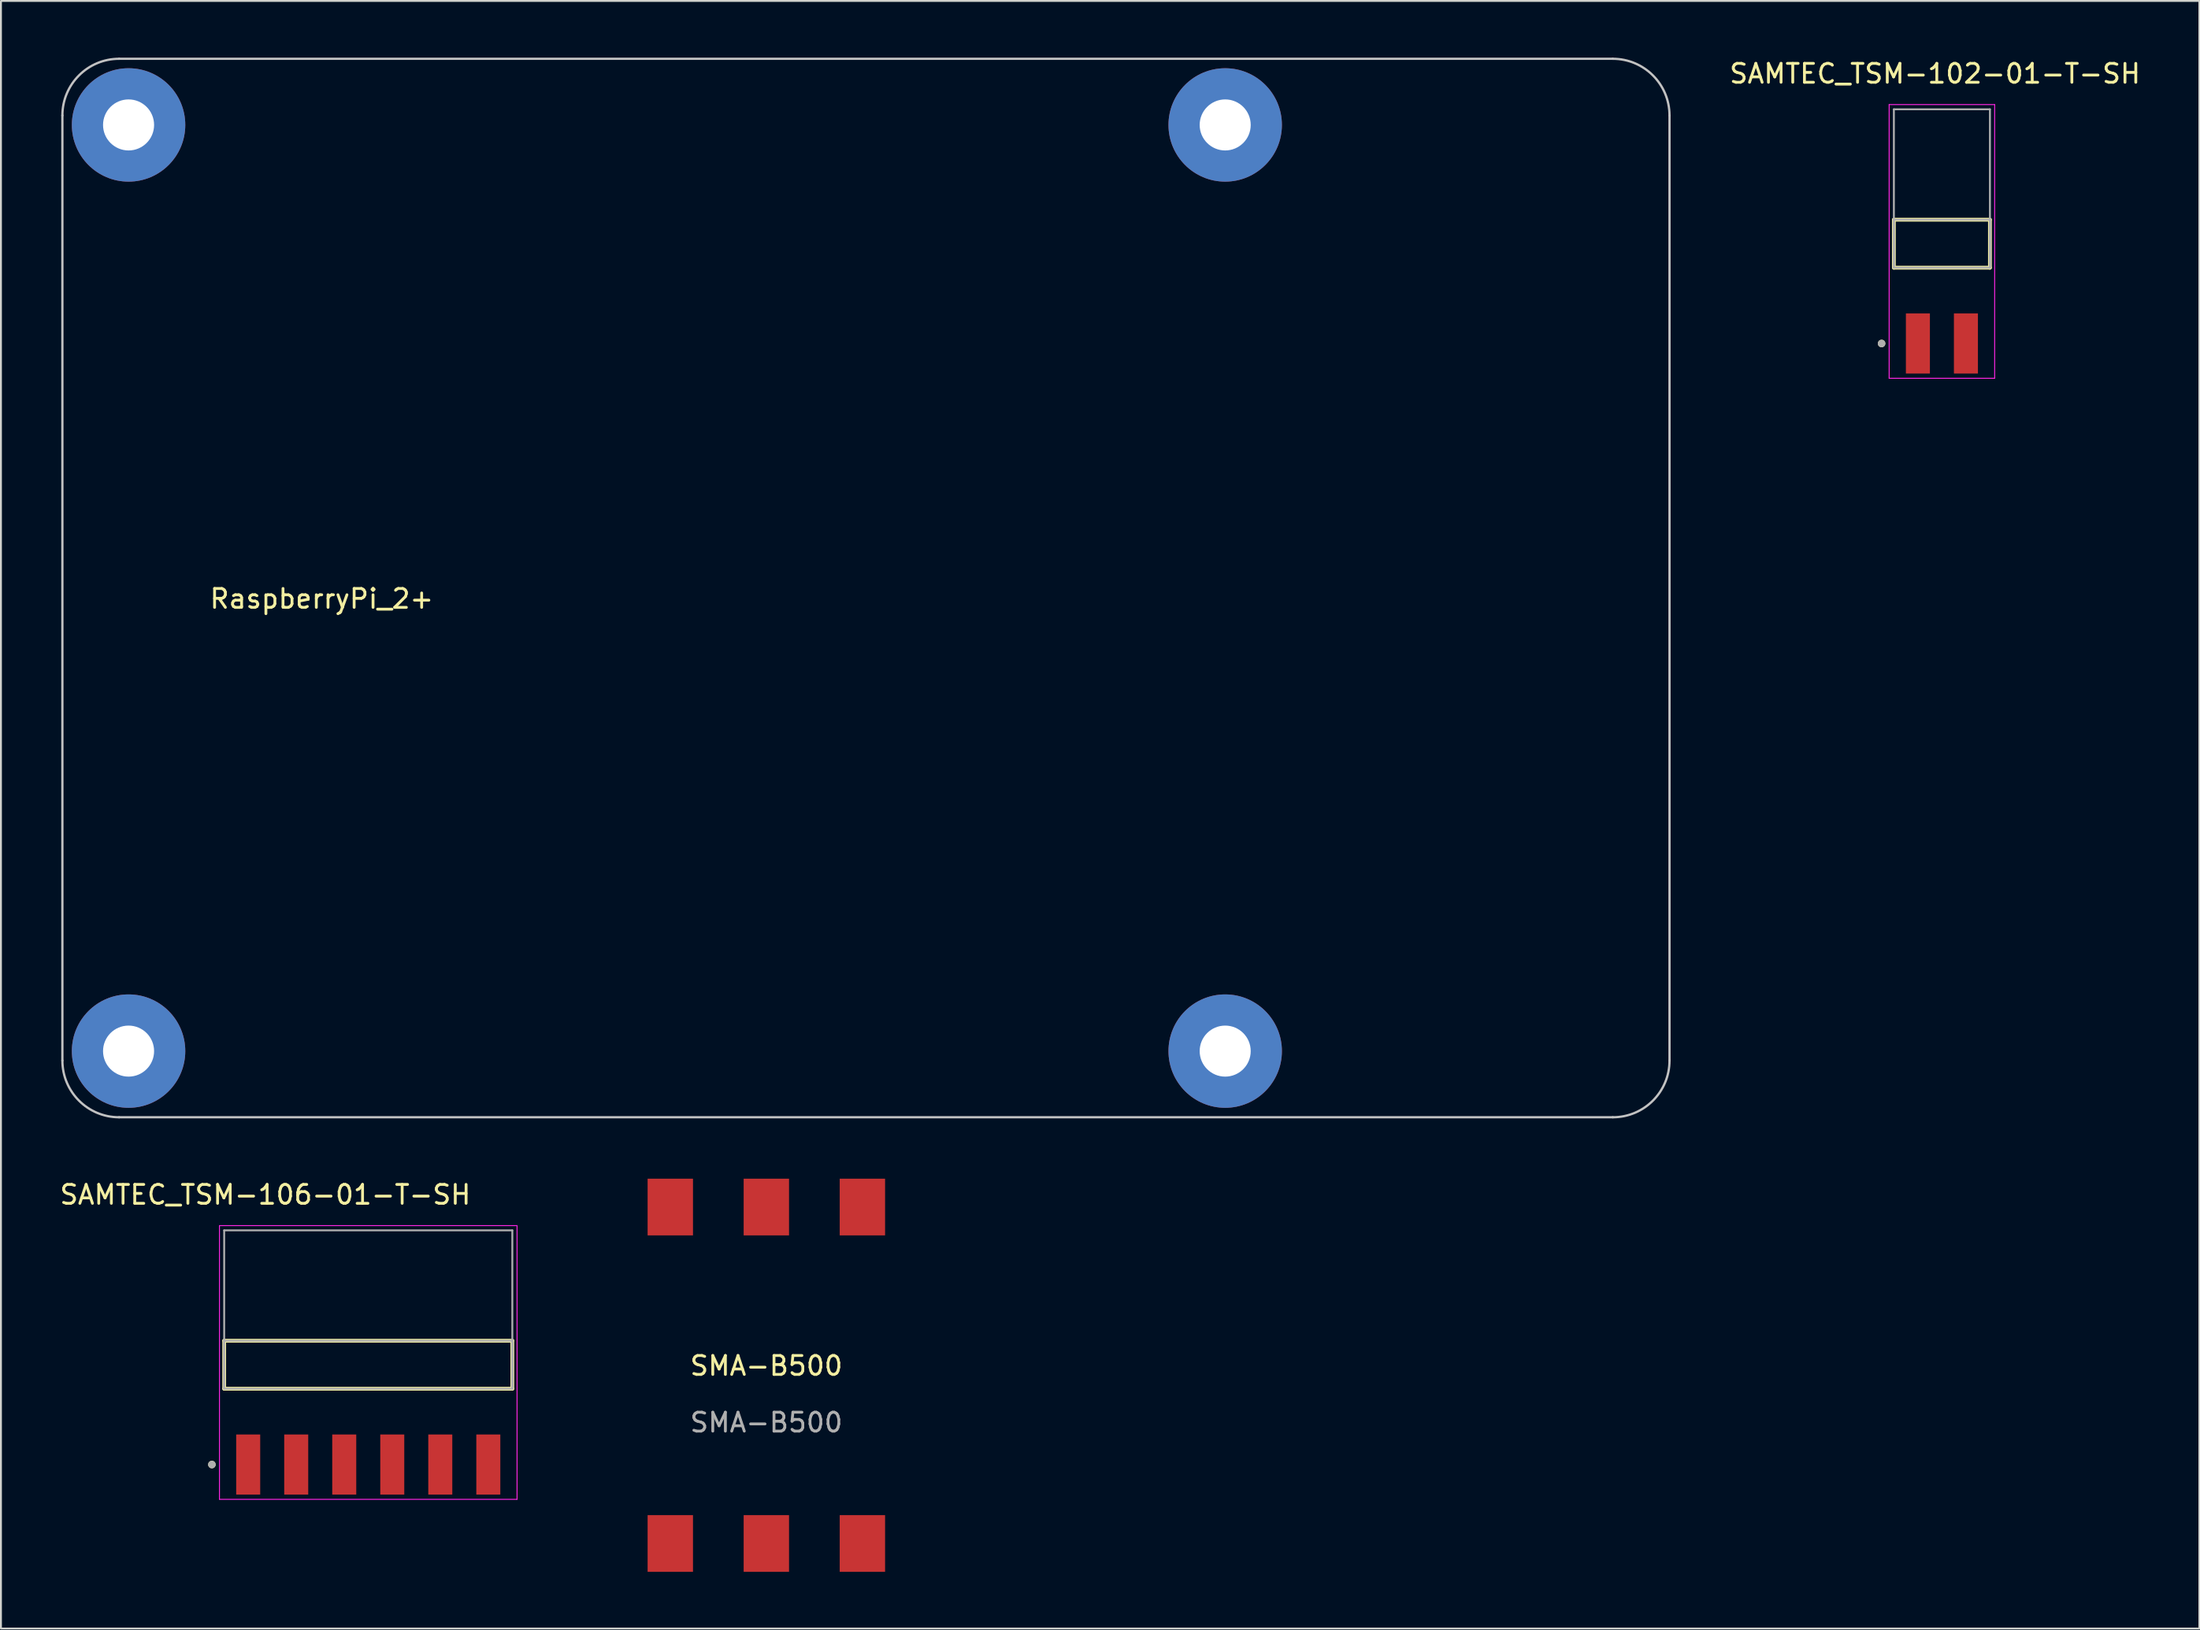
<source format=kicad_pcb>
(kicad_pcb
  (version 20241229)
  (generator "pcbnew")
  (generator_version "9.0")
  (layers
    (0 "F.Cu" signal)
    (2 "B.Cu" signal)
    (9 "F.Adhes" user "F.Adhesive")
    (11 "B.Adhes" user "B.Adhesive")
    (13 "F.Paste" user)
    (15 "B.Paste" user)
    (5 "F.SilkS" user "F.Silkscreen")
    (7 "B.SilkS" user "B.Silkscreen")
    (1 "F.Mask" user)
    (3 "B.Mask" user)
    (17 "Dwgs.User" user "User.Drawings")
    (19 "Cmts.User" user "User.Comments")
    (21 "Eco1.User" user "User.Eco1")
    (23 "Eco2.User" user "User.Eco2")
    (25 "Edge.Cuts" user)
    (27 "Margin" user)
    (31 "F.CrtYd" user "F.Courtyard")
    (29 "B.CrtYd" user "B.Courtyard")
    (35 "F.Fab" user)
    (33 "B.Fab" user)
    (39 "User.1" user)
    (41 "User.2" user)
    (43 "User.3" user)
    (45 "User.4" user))
  (footprint "SAMTEC_TSM-102-01-T-SH"
    (layer "F.Cu")
    (at 99.657 9.843)
    (property "Reference" "SAMTEC_TSM-102-01-T-SH" (at -0.365 -8.995 0) (layer "F.SilkS") (effects (font (size 1 1) (thickness 0.15))))
    (attr smd)
    (fp_line (start -2.54 1.27) (end -2.54 -1.27) (stroke (width 0.2) (type solid)) (layer "F.SilkS"))
    (fp_line (start 2.54 -1.27) (end -2.54 -1.27) (stroke (width 0.2) (type solid)) (layer "F.SilkS"))
    (fp_line (start 2.54 -1.27) (end 2.54 1.27) (stroke (width 0.2) (type solid)) (layer "F.SilkS"))
    (fp_line (start 2.54 1.27) (end -2.54 1.27) (stroke (width 0.2) (type solid)) (layer "F.SilkS"))
    (fp_circle (center -3.19 5.28) (end -3.09 5.28) (stroke (width 0.2) (type solid)) (fill no) (layer "F.SilkS"))
    (fp_line (start -2.79 -7.36) (end 2.79 -7.36) (stroke (width 0.05) (type solid)) (layer "F.CrtYd"))
    (fp_line (start -2.79 7.12) (end -2.79 -7.36) (stroke (width 0.05) (type solid)) (layer "F.CrtYd"))
    (fp_line (start 2.79 -7.36) (end 2.79 7.12) (stroke (width 0.05) (type solid)) (layer "F.CrtYd"))
    (fp_line (start 2.79 7.12) (end -2.79 7.12) (stroke (width 0.05) (type solid)) (layer "F.CrtYd"))
    (fp_line (start -2.54 -7.11) (end 2.54 -7.11) (stroke (width 0.1) (type solid)) (layer "F.Fab"))
    (fp_line (start -2.54 -1.27) (end 2.54 -1.27) (stroke (width 0.1) (type solid)) (layer "F.Fab"))
    (fp_line (start -2.54 1.27) (end -2.54 -7.11) (stroke (width 0.1) (type solid)) (layer "F.Fab"))
    (fp_line (start -2.54 1.27) (end -2.54 -1.27) (stroke (width 0.1) (type solid)) (layer "F.Fab"))
    (fp_line (start 2.54 -7.11) (end 2.54 1.27) (stroke (width 0.1) (type solid)) (layer "F.Fab"))
    (fp_line (start 2.54 -1.27) (end 2.54 1.27) (stroke (width 0.1) (type solid)) (layer "F.Fab"))
    (fp_line (start 2.54 1.27) (end -2.54 1.27) (stroke (width 0.1) (type solid)) (layer "F.Fab"))
    (fp_circle (center -3.19 5.28) (end -3.09 5.28) (stroke (width 0.2) (type solid)) (fill no) (layer "F.Fab"))
    (pad "1" smd rect (at -1.27 5.28) (size 1.27 3.18) (layers "F.Cu" "F.Mask" "F.Paste"))
    (pad "2" smd rect (at 1.27 5.28) (size 1.27 3.18) (layers "F.Cu" "F.Mask" "F.Paste")))
  (footprint "RaspberryPi_2+"
    (layer "F.Cu")
    (at 0.25 56.06)
    (property "Reference" "RaspberryPi_2+" (at 13.716 -27.432 0) (layer "F.SilkS") (effects (font (size 1 1) (thickness 0.15))))
    (attr through_hole)
    (fp_line (start 0 -53) (end 0 -3) (stroke (width 0.12) (type solid)) (layer "Dwgs.User"))
    (fp_line (start 3 0) (end 82 0) (stroke (width 0.12) (type solid)) (layer "Dwgs.User"))
    (fp_line (start 82 -56) (end 3 -56) (stroke (width 0.12) (type solid)) (layer "Dwgs.User"))
    (fp_line (start 85 -3) (end 85 -53) (stroke (width 0.12) (type solid)) (layer "Dwgs.User"))
    (fp_arc (start 0 -53) (mid 0.87868 -55.12132) (end 3 -56) (stroke (width 0.12) (type solid)) (layer "Dwgs.User"))
    (fp_arc (start 3 0) (mid 0.87868 -0.87868) (end 0 -3) (stroke (width 0.12) (type solid)) (layer "Dwgs.User"))
    (fp_arc (start 82 -56) (mid 84.12132 -55.12132) (end 85 -53) (stroke (width 0.12) (type solid)) (layer "Dwgs.User"))
    (fp_arc (start 85 -3) (mid 84.12132 -0.87868) (end 82 0) (stroke (width 0.12) (type solid)) (layer "Dwgs.User"))
    (pad "" thru_hole circle (at 3.5 -52.5) (size 6 6) (drill 2.7) (layers "*.Cu" "*.Mask"))
    (pad "" thru_hole circle (at 3.5 -3.5) (size 6 6) (drill 2.7) (layers "*.Cu" "*.Mask"))
    (pad "" thru_hole circle (at 61.5 -52.5) (size 6 6) (drill 2.7) (layers "*.Cu" "*.Mask"))
    (pad "" thru_hole circle (at 61.5 -3.5) (size 6 6) (drill 2.7) (layers "*.Cu" "*.Mask")))
  (footprint "SMA-B500"
    (layer "F.Cu")
    (at 37.482 69.71)
    (property "Reference" "SMA-B500" (at 0 -0.5 0) (unlocked yes) (layer "F.SilkS") (effects (font (size 1 1) (thickness 0.15))))
    (attr smd)
    (fp_line (start -10.1 -8.47) (end -10.1 -7.24) (stroke (width 0.12) (type solid)) (layer "User.1"))
    (fp_line (start -8.9 8.44) (end -5.78 8.45) (stroke (width 0.12) (type solid)) (layer "User.1"))
    (fp_line (start -5.78 -8.47) (end -10.1 -8.47) (stroke (width 0.12) (type solid)) (layer "User.1"))
    (fp_line (start -4.38 -8.46) (end -0.68 -8.47) (stroke (width 0.12) (type solid)) (layer "User.1"))
    (fp_line (start -4.38 8.43) (end -0.67 8.45) (stroke (width 0.12) (type solid)) (layer "User.1"))
    (fp_line (start 4.35 -8.48) (end 0.69 -8.48) (stroke (width 0.12) (type solid)) (layer "User.1"))
    (fp_line (start 4.4 8.45) (end 0.69 8.43) (stroke (width 0.12) (type solid)) (layer "User.1"))
    (fp_line (start 5.78 -8.46) (end 10.09 -8.46) (stroke (width 0.12) (type solid)) (layer "User.1"))
    (fp_line (start 5.78 8.44) (end 10.12 8.44) (stroke (width 0.12) (type solid)) (layer "User.1"))
    (fp_line (start 10.09 -8.46) (end 10.09 -7.27) (stroke (width 0.12) (type solid)) (layer "User.1"))
    (fp_line (start 10.12 8.44) (end 10.09 7.21) (stroke (width 0.12) (type solid)) (layer "User.1"))
    (fp_rect (start -10.1 -7.25) (end 10.1 7.25) (stroke (width 0.12) (type solid)) (fill no) (layer "User.1"))
    (fp_rect (start -9.3 -5.75) (end -6.9 5.75) (stroke (width 0.12) (type solid)) (fill no) (layer "User.1"))
    (fp_rect (start -5.25 -5.75) (end -2.85 5.75) (stroke (width 0.12) (type solid)) (fill no) (layer "User.1"))
    (fp_rect (start -1.2 -5.75) (end 1.2 5.75) (stroke (width 0.12) (type solid)) (fill no) (layer "User.1"))
    (fp_rect (start 2.85 -5.75) (end 5.25 5.75) (stroke (width 0.12) (type solid)) (fill no) (layer "User.1"))
    (fp_rect (start 6.9 -5.75) (end 9.3 5.75) (stroke (width 0.12) (type solid)) (fill no) (layer "User.1"))
    (fp_arc (start -10.1 7.25) (mid -9.251472 7.601472) (end -8.9 8.45) (stroke (width 0.12) (type solid)) (layer "User.1"))
    (fp_arc (start -5.78 8.46) (mid -5.085 7.749946) (end -4.379929 8.45) (stroke (width 0.12) (type solid)) (layer "User.1"))
    (fp_arc (start -4.38 -8.46) (mid -5.075 -7.749946) (end -5.780071 -8.45) (stroke (width 0.12) (type solid)) (layer "User.1"))
    (fp_arc (start -0.7 8.46) (mid -0.005 7.749946) (end 0.700071 8.45) (stroke (width 0.12) (type solid)) (layer "User.1"))
    (fp_arc (start 0.7 -8.46) (mid 0.005 -7.749946) (end -0.700071 -8.45) (stroke (width 0.12) (type solid)) (layer "User.1"))
    (fp_arc (start 4.38 8.46) (mid 5.075 7.749946) (end 5.780071 8.45) (stroke (width 0.12) (type solid)) (layer "User.1"))
    (fp_arc (start 5.78 -8.46) (mid 5.085 -7.749946) (end 4.379929 -8.45) (stroke (width 0.12) (type solid)) (layer "User.1"))
    (fp_text user "${REFERENCE}" (at 0 2.5 0) (unlocked yes) (layer "F.Fab") (effects (font (size 1 1) (thickness 0.15))))
    (pad "1" smd rect (at -5.08 8.9) (size 2.4 3) (layers "F.Cu" "F.Mask" "F.Paste"))
    (pad "2" smd rect (at 0 8.9) (size 2.4 3) (layers "F.Cu" "F.Mask" "F.Paste"))
    (pad "3" smd rect (at 5.08 8.9) (size 2.4 3) (layers "F.Cu" "F.Mask" "F.Paste"))
    (pad "4" smd rect (at 5.08 -8.9) (size 2.4 3) (layers "F.Cu" "F.Mask" "F.Paste"))
    (pad "5" smd rect (at 0 -8.9) (size 2.4 3) (layers "F.Cu" "F.Mask" "F.Paste"))
    (pad "6" smd rect (at -5.08 -8.9) (size 2.4 3) (layers "F.Cu" "F.Mask" "F.Paste")))
  (footprint "SAMTEC_TSM-106-01-T-SH"
    (layer "F.Cu")
    (at 16.427 69.153)
    (property "Reference" "SAMTEC_TSM-106-01-T-SH" (at -5.445 -8.995 0) (layer "F.SilkS") (effects (font (size 1 1) (thickness 0.15))))
    (attr smd)
    (fp_line (start -7.62 1.27) (end -7.62 -1.27) (stroke (width 0.2) (type solid)) (layer "F.SilkS"))
    (fp_line (start 7.62 -1.27) (end -7.62 -1.27) (stroke (width 0.2) (type solid)) (layer "F.SilkS"))
    (fp_line (start 7.62 -1.27) (end 7.62 1.27) (stroke (width 0.2) (type solid)) (layer "F.SilkS"))
    (fp_line (start 7.62 1.27) (end -7.62 1.27) (stroke (width 0.2) (type solid)) (layer "F.SilkS"))
    (fp_circle (center -8.27 5.28) (end -8.17 5.28) (stroke (width 0.2) (type solid)) (fill no) (layer "F.SilkS"))
    (fp_line (start -7.87 -7.36) (end 7.87 -7.36) (stroke (width 0.05) (type solid)) (layer "F.CrtYd"))
    (fp_line (start -7.87 7.12) (end -7.87 -7.36) (stroke (width 0.05) (type solid)) (layer "F.CrtYd"))
    (fp_line (start 7.87 -7.36) (end 7.87 7.12) (stroke (width 0.05) (type solid)) (layer "F.CrtYd"))
    (fp_line (start 7.87 7.12) (end -7.87 7.12) (stroke (width 0.05) (type solid)) (layer "F.CrtYd"))
    (fp_line (start -7.62 -7.11) (end 7.62 -7.11) (stroke (width 0.1) (type solid)) (layer "F.Fab"))
    (fp_line (start -7.62 -1.27) (end 7.62 -1.27) (stroke (width 0.1) (type solid)) (layer "F.Fab"))
    (fp_line (start -7.62 1.27) (end -7.62 -7.11) (stroke (width 0.1) (type solid)) (layer "F.Fab"))
    (fp_line (start -7.62 1.27) (end -7.62 -1.27) (stroke (width 0.1) (type solid)) (layer "F.Fab"))
    (fp_line (start 7.62 -7.11) (end 7.62 1.27) (stroke (width 0.1) (type solid)) (layer "F.Fab"))
    (fp_line (start 7.62 -1.27) (end 7.62 1.27) (stroke (width 0.1) (type solid)) (layer "F.Fab"))
    (fp_line (start 7.62 1.27) (end -7.62 1.27) (stroke (width 0.1) (type solid)) (layer "F.Fab"))
    (fp_circle (center -8.27 5.28) (end -8.17 5.28) (stroke (width 0.2) (type solid)) (fill no) (layer "F.Fab"))
    (pad "1" smd rect (at -6.35 5.28) (size 1.27 3.18) (layers "F.Cu" "F.Mask" "F.Paste"))
    (pad "2" smd rect (at -3.81 5.28) (size 1.27 3.18) (layers "F.Cu" "F.Mask" "F.Paste"))
    (pad "3" smd rect (at -1.27 5.28) (size 1.27 3.18) (layers "F.Cu" "F.Mask" "F.Paste"))
    (pad "4" smd rect (at 1.27 5.28) (size 1.27 3.18) (layers "F.Cu" "F.Mask" "F.Paste"))
    (pad "5" smd rect (at 3.81 5.28) (size 1.27 3.18) (layers "F.Cu" "F.Mask" "F.Paste"))
    (pad "6" smd rect (at 6.35 5.28) (size 1.27 3.18) (layers "F.Cu" "F.Mask" "F.Paste")))
  (gr_rect
    (start -3 -3)
    (end 113.274 83.11)
    (stroke (width 0.1) (type default))
    (fill no)
    (layer "Edge.Cuts")))
</source>
